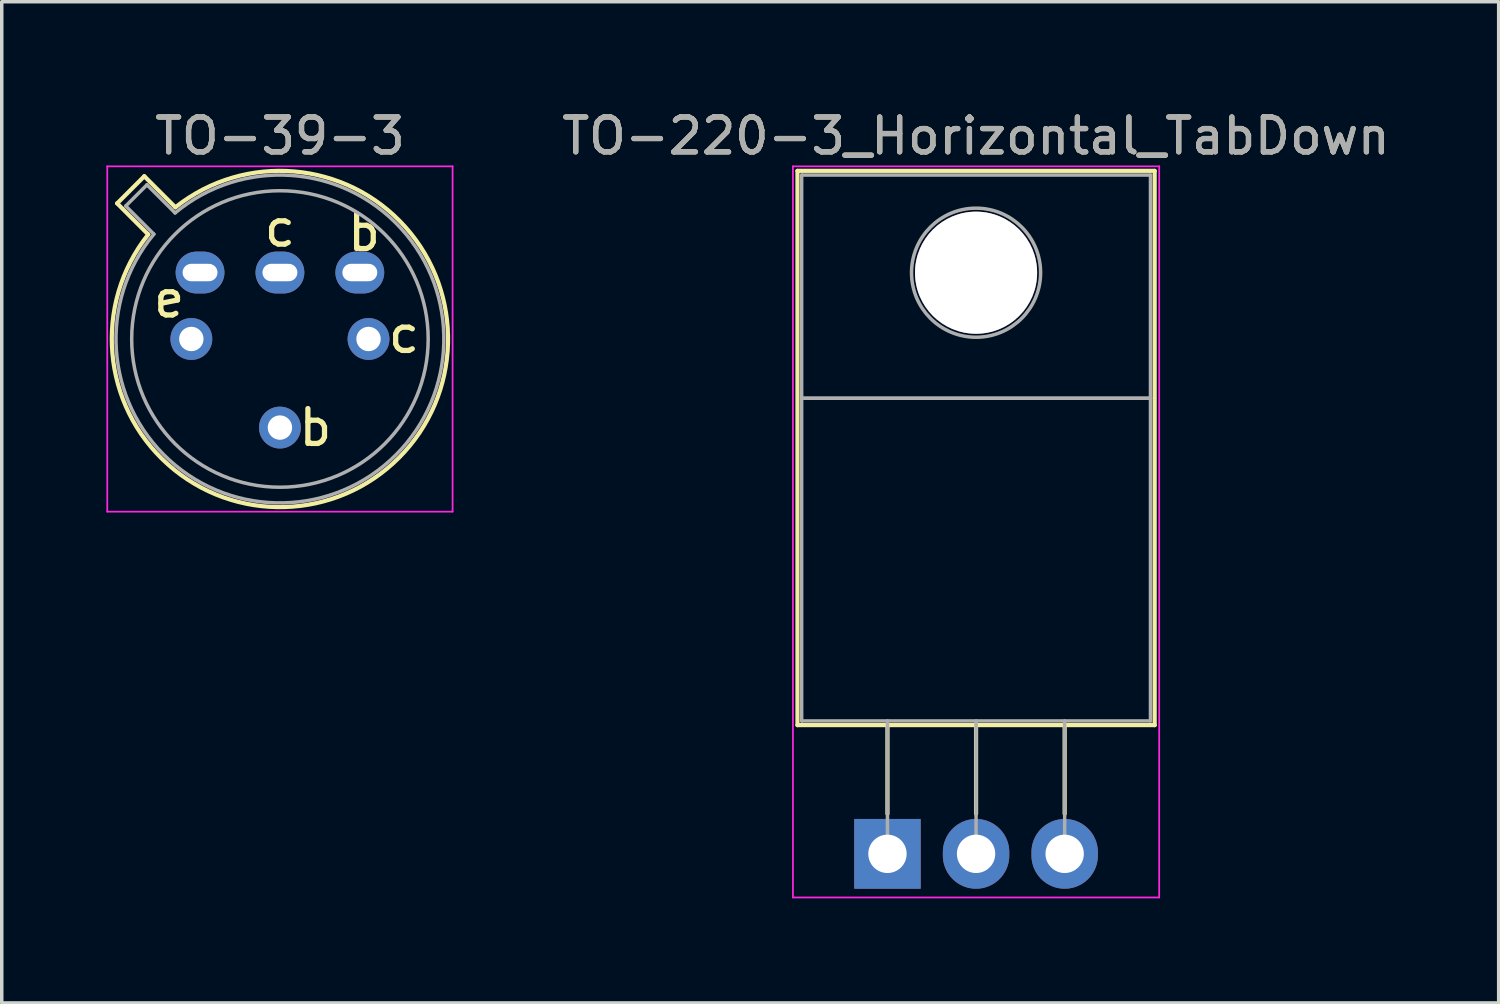
<source format=kicad_pcb>
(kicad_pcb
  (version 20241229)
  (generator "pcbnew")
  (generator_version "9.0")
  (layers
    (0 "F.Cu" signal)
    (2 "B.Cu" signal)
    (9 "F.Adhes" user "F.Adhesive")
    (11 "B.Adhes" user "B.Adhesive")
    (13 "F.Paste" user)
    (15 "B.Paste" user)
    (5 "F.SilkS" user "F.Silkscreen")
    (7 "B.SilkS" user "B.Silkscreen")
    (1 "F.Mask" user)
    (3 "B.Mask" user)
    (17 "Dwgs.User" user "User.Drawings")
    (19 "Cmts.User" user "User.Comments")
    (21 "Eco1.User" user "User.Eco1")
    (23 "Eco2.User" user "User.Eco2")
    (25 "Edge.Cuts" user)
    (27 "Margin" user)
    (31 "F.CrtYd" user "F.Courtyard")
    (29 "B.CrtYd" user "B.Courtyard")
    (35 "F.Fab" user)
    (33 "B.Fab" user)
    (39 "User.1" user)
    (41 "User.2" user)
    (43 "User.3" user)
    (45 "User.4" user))
  (footprint "TO-220-3_Horizontal_TabDown"
    (layer "F.Cu")
    (at 22.392 21.428)
    (property "Reference" "TO-220-3_Horizontal_TabDown" (at 2.54 -20.58 0) (layer "F.SilkS") (effects (font (size 1 1) (thickness 0.15))))
    (attr through_hole)
    (fp_line (start -2.58 -19.58) (end -2.58 -3.69) (stroke (width 0.12) (type solid)) (layer "F.SilkS"))
    (fp_line (start -2.58 -19.58) (end 7.66 -19.58) (stroke (width 0.12) (type solid)) (layer "F.SilkS"))
    (fp_line (start -2.58 -3.69) (end 7.66 -3.69) (stroke (width 0.12) (type solid)) (layer "F.SilkS"))
    (fp_line (start 0 -3.69) (end 0 -1.15) (stroke (width 0.12) (type solid)) (layer "F.SilkS"))
    (fp_line (start 2.54 -3.69) (end 2.54 -1.15) (stroke (width 0.12) (type solid)) (layer "F.SilkS"))
    (fp_line (start 5.08 -3.69) (end 5.08 -1.15) (stroke (width 0.12) (type solid)) (layer "F.SilkS"))
    (fp_line (start 7.66 -19.58) (end 7.66 -3.69) (stroke (width 0.12) (type solid)) (layer "F.SilkS"))
    (fp_line (start -2.71 -19.71) (end -2.71 1.25) (stroke (width 0.05) (type solid)) (layer "F.CrtYd"))
    (fp_line (start -2.71 1.25) (end 7.79 1.25) (stroke (width 0.05) (type solid)) (layer "F.CrtYd"))
    (fp_line (start 7.79 -19.71) (end -2.71 -19.71) (stroke (width 0.05) (type solid)) (layer "F.CrtYd"))
    (fp_line (start 7.79 1.25) (end 7.79 -19.71) (stroke (width 0.05) (type solid)) (layer "F.CrtYd"))
    (fp_line (start -2.46 -19.46) (end 7.54 -19.46) (stroke (width 0.1) (type solid)) (layer "F.Fab"))
    (fp_line (start -2.46 -13.06) (end -2.46 -19.46) (stroke (width 0.1) (type solid)) (layer "F.Fab"))
    (fp_line (start -2.46 -13.06) (end 7.54 -13.06) (stroke (width 0.1) (type solid)) (layer "F.Fab"))
    (fp_line (start -2.46 -3.81) (end -2.46 -13.06) (stroke (width 0.1) (type solid)) (layer "F.Fab"))
    (fp_line (start 0 -3.81) (end 0 0) (stroke (width 0.1) (type solid)) (layer "F.Fab"))
    (fp_line (start 2.54 -3.81) (end 2.54 0) (stroke (width 0.1) (type solid)) (layer "F.Fab"))
    (fp_line (start 5.08 -3.81) (end 5.08 0) (stroke (width 0.1) (type solid)) (layer "F.Fab"))
    (fp_line (start 7.54 -19.46) (end 7.54 -13.06) (stroke (width 0.1) (type solid)) (layer "F.Fab"))
    (fp_line (start 7.54 -13.06) (end -2.46 -13.06) (stroke (width 0.1) (type solid)) (layer "F.Fab"))
    (fp_line (start 7.54 -13.06) (end 7.54 -3.81) (stroke (width 0.1) (type solid)) (layer "F.Fab"))
    (fp_line (start 7.54 -3.81) (end -2.46 -3.81) (stroke (width 0.1) (type solid)) (layer "F.Fab"))
    (fp_circle (center 2.54 -16.66) (end 4.39 -16.66) (stroke (width 0.1) (type solid)) (fill no) (layer "F.Fab"))
    (fp_text user "${REFERENCE}" (at 2.54 -20.58 0) (layer "F.Fab") (effects (font (size 1 1) (thickness 0.15))))
    (pad "1" thru_hole rect (at 0 0) (size 1.905 2) (drill 1.1) (layers "*.Cu" "*.Mask"))
    (pad "2" thru_hole circle (at 2.54 -16.66) (size 3.5 3.5) (drill 3.5) (layers "*.Cu" "*.Mask"))
    (pad "2" thru_hole oval (at 2.54 0) (size 1.905 2) (drill 1.1) (layers "*.Cu" "*.Mask"))
    (pad "3" thru_hole oval (at 5.08 0) (size 1.905 2) (drill 1.1) (layers "*.Cu" "*.Mask")))
  (footprint "TO-39-3"
    (layer "F.Cu")
    (at 2.435 6.668)
    (property "Reference" "TO-39-3" (at 2.54 -5.82 0) (layer "F.SilkS") (effects (font (size 1 1) (thickness 0.15))))
    (attr through_hole)
    (fp_line (start -2.126 -3.888) (end -1.235 -2.997) (stroke (width 0.12) (type solid)) (layer "F.SilkS"))
    (fp_line (start -1.348 -4.666) (end -2.126 -3.888) (stroke (width 0.12) (type solid)) (layer "F.SilkS"))
    (fp_line (start -0.457 -3.775) (end -1.348 -4.666) (stroke (width 0.12) (type solid)) (layer "F.SilkS"))
    (fp_arc (start -0.457084 -3.774902) (mid 5.948125 3.408384) (end -1.234674 -2.997371) (stroke (width 0.12) (type solid)) (layer "F.SilkS"))
    (fp_line (start -2.41 -4.95) (end -2.41 4.95) (stroke (width 0.05) (type solid)) (layer "F.CrtYd"))
    (fp_line (start -2.41 4.95) (end 7.49 4.95) (stroke (width 0.05) (type solid)) (layer "F.CrtYd"))
    (fp_line (start 7.49 -4.95) (end -2.41 -4.95) (stroke (width 0.05) (type solid)) (layer "F.CrtYd"))
    (fp_line (start 7.49 4.95) (end 7.49 -4.95) (stroke (width 0.05) (type solid)) (layer "F.CrtYd"))
    (fp_line (start -1.88 -3.812) (end -1.074 -3.005) (stroke (width 0.1) (type solid)) (layer "F.Fab"))
    (fp_line (start -1.272 -4.42) (end -1.88 -3.812) (stroke (width 0.1) (type solid)) (layer "F.Fab"))
    (fp_line (start -0.465 -3.614) (end -1.272 -4.42) (stroke (width 0.1) (type solid)) (layer "F.Fab"))
    (fp_arc (start -0.465408 -3.61352) (mid 5.863443 3.323361) (end -1.073594 -3.005319) (stroke (width 0.1) (type solid)) (layer "F.Fab"))
    (fp_circle (center 2.54 0) (end 6.79 0) (stroke (width 0.1) (type solid)) (fill no) (layer "F.Fab"))
    (fp_text user "b" (at 4.953 -3.048 0) (layer "F.SilkS") (effects (font (size 1 1) (thickness 0.15))))
    (fp_text user "c" (at 6.096 -0.127 0) (layer "F.SilkS") (effects (font (size 1 1) (thickness 0.15))))
    (fp_text user "e" (at -0.635 -1.143 0) (layer "F.SilkS") (effects (font (size 1 1) (thickness 0.15))))
    (fp_text user "c" (at 2.54 -3.175 0) (layer "F.SilkS") (effects (font (size 1 1) (thickness 0.15))))
    (fp_text user "b" (at 3.556 2.54 0) (layer "F.SilkS") (effects (font (size 1 1) (thickness 0.15))))
    (fp_text user "${REFERENCE}" (at 2.54 -5.82 0) (layer "F.Fab") (effects (font (size 1 1) (thickness 0.15))))
    (pad "1" thru_hole oval (at 0 0) (size 1.2 1.2) (drill 0.7) (layers "*.Cu" "*.Mask"))
    (pad "1" thru_hole oval (at 0.25 -1.905) (size 1.4 1.2) (drill oval 1 0.5) (layers "*.Cu" "*.Mask"))
    (pad "2" thru_hole oval (at 2.54 2.54) (size 1.2 1.2) (drill 0.7) (layers "*.Cu" "*.Mask"))
    (pad "2" thru_hole oval (at 4.83 -1.905) (size 1.4 1.2) (drill oval 1 0.5) (layers "*.Cu" "*.Mask"))
    (pad "3" thru_hole oval (at 2.54 -1.905) (size 1.4 1.2) (drill oval 1 0.5) (layers "*.Cu" "*.Mask"))
    (pad "3" thru_hole oval (at 5.08 0) (size 1.2 1.2) (drill 0.7) (layers "*.Cu" "*.Mask")))
  (gr_rect
    (start -3 -3)
    (end 39.914 25.703)
    (stroke (width 0.1) (type default))
    (fill no)
    (layer "Edge.Cuts")))
</source>
